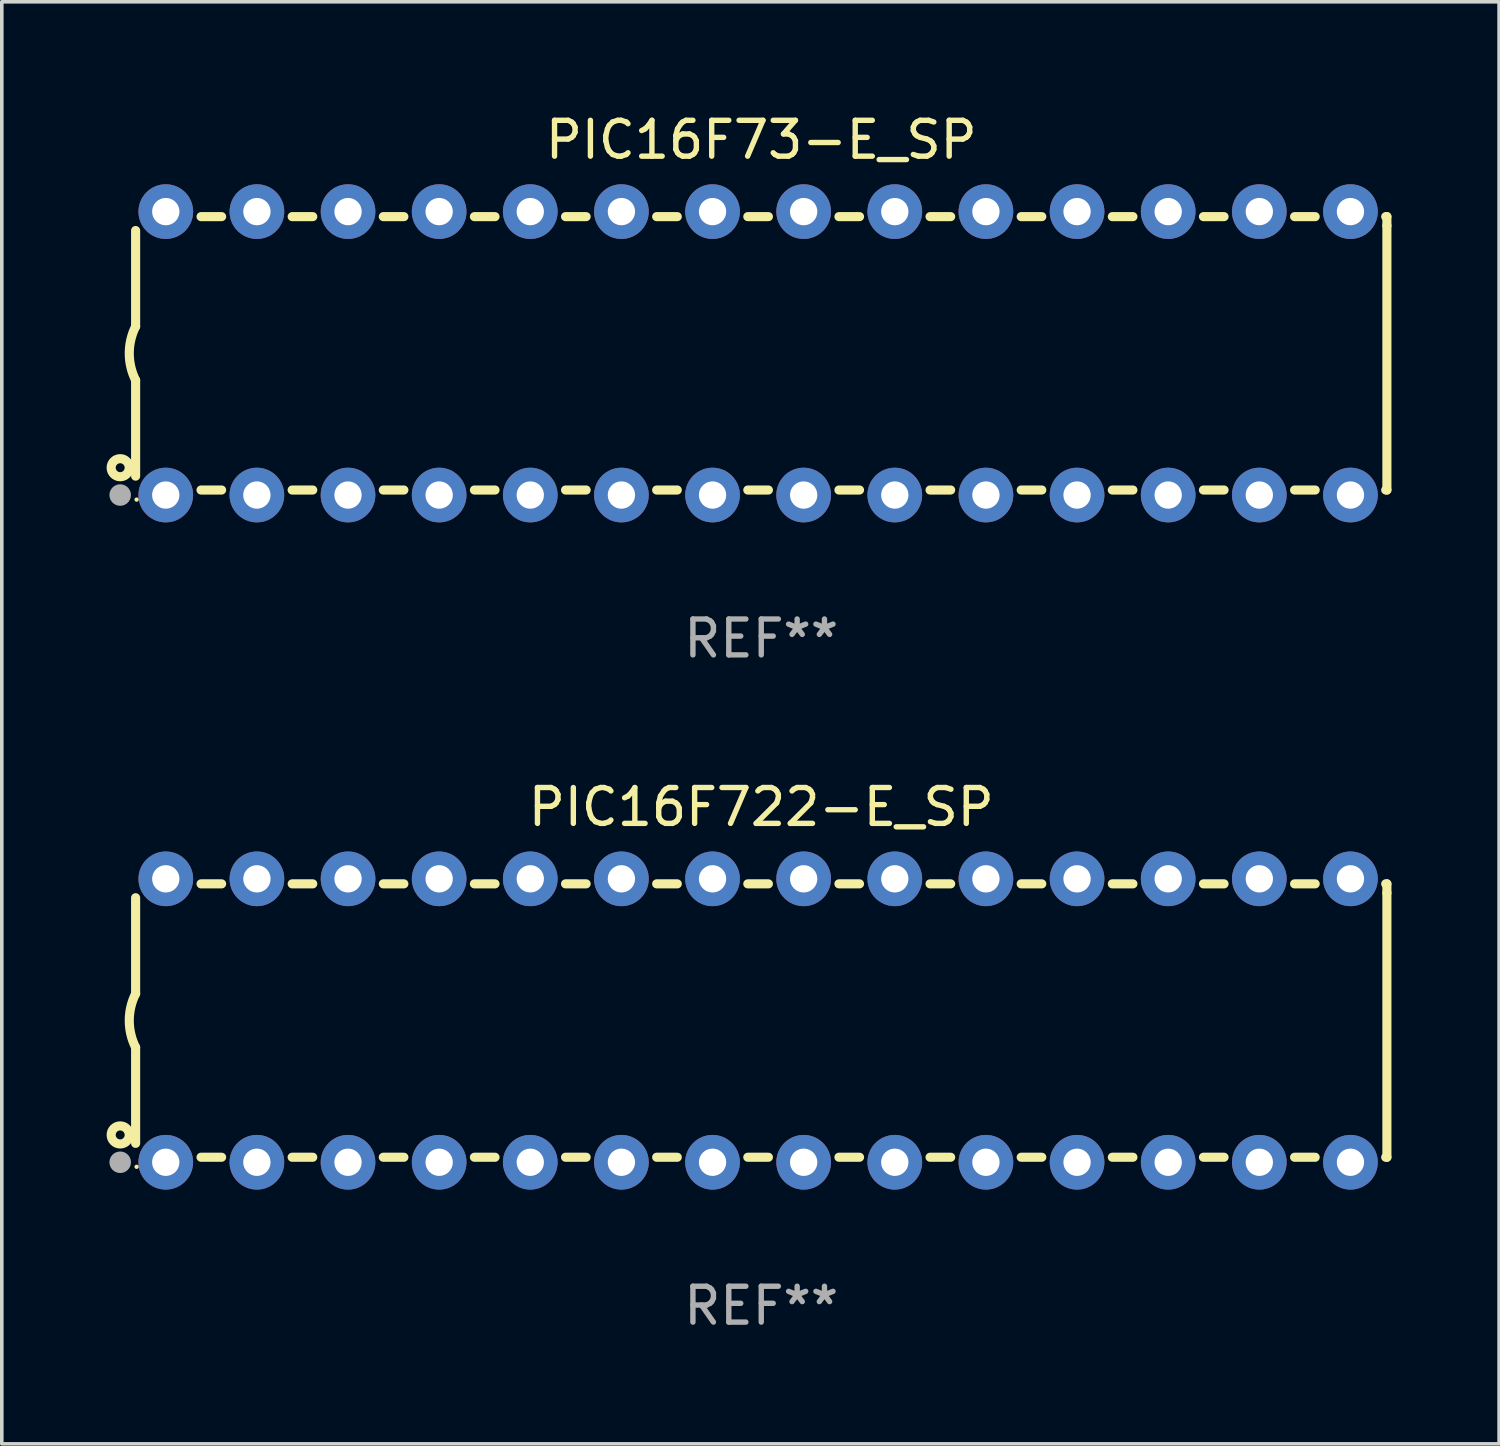
<source format=kicad_pcb>
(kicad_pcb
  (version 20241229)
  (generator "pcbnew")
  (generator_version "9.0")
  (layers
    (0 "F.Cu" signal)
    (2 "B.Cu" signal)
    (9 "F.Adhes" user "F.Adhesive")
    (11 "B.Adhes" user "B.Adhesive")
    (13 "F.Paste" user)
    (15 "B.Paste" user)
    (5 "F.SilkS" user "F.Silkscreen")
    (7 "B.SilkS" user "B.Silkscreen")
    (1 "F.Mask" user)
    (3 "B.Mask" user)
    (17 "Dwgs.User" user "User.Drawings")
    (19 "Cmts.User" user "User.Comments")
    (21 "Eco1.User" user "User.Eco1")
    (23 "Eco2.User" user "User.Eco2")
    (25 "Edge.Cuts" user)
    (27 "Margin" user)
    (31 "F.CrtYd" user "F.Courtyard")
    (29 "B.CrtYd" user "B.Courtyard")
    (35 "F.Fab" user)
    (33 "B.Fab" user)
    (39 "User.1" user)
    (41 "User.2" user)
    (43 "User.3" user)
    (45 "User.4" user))
  (footprint "PIC16F73-E_SP"
    (layer "F.Cu")
    (at 18.168 6.798)
    (property "Reference" "PIC16F73-E_SP" (at 0 -5.95 0) (layer "F.SilkS") (effects (font (size 1 1) (thickness 0.15))))
    (attr through_hole)
    (fp_line (start -17.438 0.75) (end -17.438 3.423) (stroke (width 0.254) (type solid)) (layer "F.SilkS"))
    (fp_line (start -17.438 -3.423) (end -17.438 -0.75) (stroke (width 0.254) (type solid)) (layer "F.SilkS"))
    (fp_line (start -15.615 3.81) (end -15.041 3.81) (stroke (width 0.254) (type solid)) (layer "F.SilkS"))
    (fp_line (start -15.041 -3.81) (end -15.614 -3.81) (stroke (width 0.254) (type solid)) (layer "F.SilkS"))
    (fp_line (start -13.075 3.81) (end -12.501 3.81) (stroke (width 0.254) (type solid)) (layer "F.SilkS"))
    (fp_line (start -12.501 -3.81) (end -13.074 -3.81) (stroke (width 0.254) (type solid)) (layer "F.SilkS"))
    (fp_line (start -10.535 3.81) (end -9.961 3.81) (stroke (width 0.254) (type solid)) (layer "F.SilkS"))
    (fp_line (start -9.961 -3.81) (end -10.534 -3.81) (stroke (width 0.254) (type solid)) (layer "F.SilkS"))
    (fp_line (start -7.995 3.81) (end -7.421 3.81) (stroke (width 0.254) (type solid)) (layer "F.SilkS"))
    (fp_line (start -7.421 -3.81) (end -7.995 -3.81) (stroke (width 0.254) (type solid)) (layer "F.SilkS"))
    (fp_line (start -5.455 3.81) (end -4.881 3.81) (stroke (width 0.254) (type solid)) (layer "F.SilkS"))
    (fp_line (start -4.881 -3.81) (end -5.455 -3.81) (stroke (width 0.254) (type solid)) (layer "F.SilkS"))
    (fp_line (start -2.915 3.81) (end -2.341 3.81) (stroke (width 0.254) (type solid)) (layer "F.SilkS"))
    (fp_line (start -2.341 -3.81) (end -2.915 -3.81) (stroke (width 0.254) (type solid)) (layer "F.SilkS"))
    (fp_line (start -0.375 3.81) (end 0.199 3.81) (stroke (width 0.254) (type solid)) (layer "F.SilkS"))
    (fp_line (start 0.199 -3.81) (end -0.375 -3.81) (stroke (width 0.254) (type solid)) (layer "F.SilkS"))
    (fp_line (start 2.165 3.81) (end 2.739 3.81) (stroke (width 0.254) (type solid)) (layer "F.SilkS"))
    (fp_line (start 2.739 -3.81) (end 2.165 -3.81) (stroke (width 0.254) (type solid)) (layer "F.SilkS"))
    (fp_line (start 4.705 3.81) (end 5.279 3.81) (stroke (width 0.254) (type solid)) (layer "F.SilkS"))
    (fp_line (start 5.279 -3.81) (end 4.705 -3.81) (stroke (width 0.254) (type solid)) (layer "F.SilkS"))
    (fp_line (start 7.245 3.81) (end 7.819 3.81) (stroke (width 0.254) (type solid)) (layer "F.SilkS"))
    (fp_line (start 7.819 -3.81) (end 7.245 -3.81) (stroke (width 0.254) (type solid)) (layer "F.SilkS"))
    (fp_line (start 9.785 3.81) (end 10.359 3.81) (stroke (width 0.254) (type solid)) (layer "F.SilkS"))
    (fp_line (start 10.359 -3.81) (end 9.785 -3.81) (stroke (width 0.254) (type solid)) (layer "F.SilkS"))
    (fp_line (start 12.325 3.81) (end 12.899 3.81) (stroke (width 0.254) (type solid)) (layer "F.SilkS"))
    (fp_line (start 12.899 -3.81) (end 12.325 -3.81) (stroke (width 0.254) (type solid)) (layer "F.SilkS"))
    (fp_line (start 14.865 3.81) (end 15.439 3.81) (stroke (width 0.254) (type solid)) (layer "F.SilkS"))
    (fp_line (start 15.439 -3.81) (end 14.865 -3.81) (stroke (width 0.254) (type solid)) (layer "F.SilkS"))
    (fp_line (start 17.405 3.81) (end 17.438 3.81) (stroke (width 0.254) (type solid)) (layer "F.SilkS"))
    (fp_line (start 17.438 -3.81) (end 17.405 -3.81) (stroke (width 0.254) (type solid)) (layer "F.SilkS"))
    (fp_line (start 17.438 -3.556) (end 17.438 -3.81) (stroke (width 0.254) (type solid)) (layer "F.SilkS"))
    (fp_line (start 17.438 3.81) (end 17.438 -3.556) (stroke (width 0.254) (type solid)) (layer "F.SilkS"))
    (fp_arc (start -17.437986 0.749657) (mid -17.614887 -0.000024) (end -17.437783 -0.749657) (stroke (width 0.254001) (type solid)) (layer "F.SilkS"))
    (fp_circle (center -17.868 3.188) (end -17.743 3.188) (stroke (width 0.254) (type solid)) (fill no) (layer "F.SilkS"))
    (fp_circle (center -17.411 4.077) (end -17.381 4.077) (stroke (width 0.06) (type solid)) (fill no) (layer "F.SilkS"))
    (fp_circle (center -17.868 3.95) (end -17.718 3.95) (stroke (width 0.3) (type solid)) (fill no) (layer "F.Fab"))
    (fp_text user "REF**" (at 0 7.95 0) (layer "F.Fab") (effects (font (size 1 1) (thickness 0.15))))
    (pad "1" thru_hole circle (at -16.598 3.95) (size 1.524 1.524) (drill 0.762) (layers "*.Cu" "*.Mask"))
    (pad "2" thru_hole circle (at -14.058 3.95) (size 1.524 1.524) (drill 0.762) (layers "*.Cu" "*.Mask"))
    (pad "3" thru_hole circle (at -11.518 3.95) (size 1.524 1.524) (drill 0.762) (layers "*.Cu" "*.Mask"))
    (pad "4" thru_hole circle (at -8.978 3.95) (size 1.524 1.524) (drill 0.762) (layers "*.Cu" "*.Mask"))
    (pad "5" thru_hole circle (at -6.438 3.95) (size 1.524 1.524) (drill 0.762) (layers "*.Cu" "*.Mask"))
    (pad "6" thru_hole circle (at -3.898 3.95) (size 1.524 1.524) (drill 0.762) (layers "*.Cu" "*.Mask"))
    (pad "7" thru_hole circle (at -1.358 3.95) (size 1.524 1.524) (drill 0.762) (layers "*.Cu" "*.Mask"))
    (pad "8" thru_hole circle (at 1.182 3.95) (size 1.524 1.524) (drill 0.762) (layers "*.Cu" "*.Mask"))
    (pad "9" thru_hole circle (at 3.722 3.95) (size 1.524 1.524) (drill 0.762) (layers "*.Cu" "*.Mask"))
    (pad "10" thru_hole circle (at 6.262 3.95) (size 1.524 1.524) (drill 0.762) (layers "*.Cu" "*.Mask"))
    (pad "11" thru_hole circle (at 8.802 3.95) (size 1.524 1.524) (drill 0.762) (layers "*.Cu" "*.Mask"))
    (pad "12" thru_hole circle (at 11.342 3.95) (size 1.524 1.524) (drill 0.762) (layers "*.Cu" "*.Mask"))
    (pad "13" thru_hole circle (at 13.882 3.95) (size 1.524 1.524) (drill 0.762) (layers "*.Cu" "*.Mask"))
    (pad "14" thru_hole circle (at 16.422 3.95) (size 1.524 1.524) (drill 0.762) (layers "*.Cu" "*.Mask"))
    (pad "15" thru_hole circle (at 16.422 -3.95) (size 1.524 1.524) (drill 0.762) (layers "*.Cu" "*.Mask"))
    (pad "16" thru_hole circle (at 13.882 -3.95) (size 1.524 1.524) (drill 0.762) (layers "*.Cu" "*.Mask"))
    (pad "17" thru_hole circle (at 11.342 -3.95) (size 1.524 1.524) (drill 0.762) (layers "*.Cu" "*.Mask"))
    (pad "18" thru_hole circle (at 8.802 -3.95) (size 1.524 1.524) (drill 0.762) (layers "*.Cu" "*.Mask"))
    (pad "19" thru_hole circle (at 6.262 -3.95) (size 1.524 1.524) (drill 0.762) (layers "*.Cu" "*.Mask"))
    (pad "20" thru_hole circle (at 3.722 -3.95) (size 1.524 1.524) (drill 0.762) (layers "*.Cu" "*.Mask"))
    (pad "21" thru_hole circle (at 1.182 -3.95) (size 1.524 1.524) (drill 0.762) (layers "*.Cu" "*.Mask"))
    (pad "22" thru_hole circle (at -1.358 -3.95) (size 1.524 1.524) (drill 0.762) (layers "*.Cu" "*.Mask"))
    (pad "23" thru_hole circle (at -3.898 -3.95) (size 1.524 1.524) (drill 0.762) (layers "*.Cu" "*.Mask"))
    (pad "24" thru_hole circle (at -6.438 -3.95) (size 1.524 1.524) (drill 0.762) (layers "*.Cu" "*.Mask"))
    (pad "25" thru_hole circle (at -8.978 -3.95) (size 1.524 1.524) (drill 0.762) (layers "*.Cu" "*.Mask"))
    (pad "26" thru_hole circle (at -11.517 -3.95) (size 1.524 1.524) (drill 0.762) (layers "*.Cu" "*.Mask"))
    (pad "27" thru_hole circle (at -14.057 -3.95) (size 1.524 1.524) (drill 0.762) (layers "*.Cu" "*.Mask"))
    (pad "28" thru_hole circle (at -16.597 -3.95) (size 1.524 1.524) (drill 0.762) (layers "*.Cu" "*.Mask")))
  (footprint "PIC16F722-E_SP"
    (layer "F.Cu")
    (at 18.168 25.395)
    (property "Reference" "PIC16F722-E_SP" (at 0 -5.95 0) (layer "F.SilkS") (effects (font (size 1 1) (thickness 0.15))))
    (attr through_hole)
    (fp_line (start -17.438 0.75) (end -17.438 3.423) (stroke (width 0.254) (type solid)) (layer "F.SilkS"))
    (fp_line (start -17.438 -3.423) (end -17.438 -0.75) (stroke (width 0.254) (type solid)) (layer "F.SilkS"))
    (fp_line (start -15.615 3.81) (end -15.041 3.81) (stroke (width 0.254) (type solid)) (layer "F.SilkS"))
    (fp_line (start -15.041 -3.81) (end -15.614 -3.81) (stroke (width 0.254) (type solid)) (layer "F.SilkS"))
    (fp_line (start -13.075 3.81) (end -12.501 3.81) (stroke (width 0.254) (type solid)) (layer "F.SilkS"))
    (fp_line (start -12.501 -3.81) (end -13.074 -3.81) (stroke (width 0.254) (type solid)) (layer "F.SilkS"))
    (fp_line (start -10.535 3.81) (end -9.961 3.81) (stroke (width 0.254) (type solid)) (layer "F.SilkS"))
    (fp_line (start -9.961 -3.81) (end -10.534 -3.81) (stroke (width 0.254) (type solid)) (layer "F.SilkS"))
    (fp_line (start -7.995 3.81) (end -7.421 3.81) (stroke (width 0.254) (type solid)) (layer "F.SilkS"))
    (fp_line (start -7.421 -3.81) (end -7.995 -3.81) (stroke (width 0.254) (type solid)) (layer "F.SilkS"))
    (fp_line (start -5.455 3.81) (end -4.881 3.81) (stroke (width 0.254) (type solid)) (layer "F.SilkS"))
    (fp_line (start -4.881 -3.81) (end -5.455 -3.81) (stroke (width 0.254) (type solid)) (layer "F.SilkS"))
    (fp_line (start -2.915 3.81) (end -2.341 3.81) (stroke (width 0.254) (type solid)) (layer "F.SilkS"))
    (fp_line (start -2.341 -3.81) (end -2.915 -3.81) (stroke (width 0.254) (type solid)) (layer "F.SilkS"))
    (fp_line (start -0.375 3.81) (end 0.199 3.81) (stroke (width 0.254) (type solid)) (layer "F.SilkS"))
    (fp_line (start 0.199 -3.81) (end -0.375 -3.81) (stroke (width 0.254) (type solid)) (layer "F.SilkS"))
    (fp_line (start 2.165 3.81) (end 2.739 3.81) (stroke (width 0.254) (type solid)) (layer "F.SilkS"))
    (fp_line (start 2.739 -3.81) (end 2.165 -3.81) (stroke (width 0.254) (type solid)) (layer "F.SilkS"))
    (fp_line (start 4.705 3.81) (end 5.279 3.81) (stroke (width 0.254) (type solid)) (layer "F.SilkS"))
    (fp_line (start 5.279 -3.81) (end 4.705 -3.81) (stroke (width 0.254) (type solid)) (layer "F.SilkS"))
    (fp_line (start 7.245 3.81) (end 7.819 3.81) (stroke (width 0.254) (type solid)) (layer "F.SilkS"))
    (fp_line (start 7.819 -3.81) (end 7.245 -3.81) (stroke (width 0.254) (type solid)) (layer "F.SilkS"))
    (fp_line (start 9.785 3.81) (end 10.359 3.81) (stroke (width 0.254) (type solid)) (layer "F.SilkS"))
    (fp_line (start 10.359 -3.81) (end 9.785 -3.81) (stroke (width 0.254) (type solid)) (layer "F.SilkS"))
    (fp_line (start 12.325 3.81) (end 12.899 3.81) (stroke (width 0.254) (type solid)) (layer "F.SilkS"))
    (fp_line (start 12.899 -3.81) (end 12.325 -3.81) (stroke (width 0.254) (type solid)) (layer "F.SilkS"))
    (fp_line (start 14.865 3.81) (end 15.439 3.81) (stroke (width 0.254) (type solid)) (layer "F.SilkS"))
    (fp_line (start 15.439 -3.81) (end 14.865 -3.81) (stroke (width 0.254) (type solid)) (layer "F.SilkS"))
    (fp_line (start 17.405 3.81) (end 17.438 3.81) (stroke (width 0.254) (type solid)) (layer "F.SilkS"))
    (fp_line (start 17.438 -3.81) (end 17.405 -3.81) (stroke (width 0.254) (type solid)) (layer "F.SilkS"))
    (fp_line (start 17.438 -3.556) (end 17.438 -3.81) (stroke (width 0.254) (type solid)) (layer "F.SilkS"))
    (fp_line (start 17.438 3.81) (end 17.438 -3.556) (stroke (width 0.254) (type solid)) (layer "F.SilkS"))
    (fp_arc (start -17.437986 0.749657) (mid -17.614887 -0.000024) (end -17.437783 -0.749657) (stroke (width 0.254001) (type solid)) (layer "F.SilkS"))
    (fp_circle (center -17.868 3.188) (end -17.743 3.188) (stroke (width 0.254) (type solid)) (fill no) (layer "F.SilkS"))
    (fp_circle (center -17.411 4.077) (end -17.381 4.077) (stroke (width 0.06) (type solid)) (fill no) (layer "F.SilkS"))
    (fp_circle (center -17.868 3.95) (end -17.718 3.95) (stroke (width 0.3) (type solid)) (fill no) (layer "F.Fab"))
    (fp_text user "REF**" (at 0 7.95 0) (layer "F.Fab") (effects (font (size 1 1) (thickness 0.15))))
    (pad "1" thru_hole circle (at -16.598 3.95) (size 1.524 1.524) (drill 0.762) (layers "*.Cu" "*.Mask"))
    (pad "2" thru_hole circle (at -14.058 3.95) (size 1.524 1.524) (drill 0.762) (layers "*.Cu" "*.Mask"))
    (pad "3" thru_hole circle (at -11.518 3.95) (size 1.524 1.524) (drill 0.762) (layers "*.Cu" "*.Mask"))
    (pad "4" thru_hole circle (at -8.978 3.95) (size 1.524 1.524) (drill 0.762) (layers "*.Cu" "*.Mask"))
    (pad "5" thru_hole circle (at -6.438 3.95) (size 1.524 1.524) (drill 0.762) (layers "*.Cu" "*.Mask"))
    (pad "6" thru_hole circle (at -3.898 3.95) (size 1.524 1.524) (drill 0.762) (layers "*.Cu" "*.Mask"))
    (pad "7" thru_hole circle (at -1.358 3.95) (size 1.524 1.524) (drill 0.762) (layers "*.Cu" "*.Mask"))
    (pad "8" thru_hole circle (at 1.182 3.95) (size 1.524 1.524) (drill 0.762) (layers "*.Cu" "*.Mask"))
    (pad "9" thru_hole circle (at 3.722 3.95) (size 1.524 1.524) (drill 0.762) (layers "*.Cu" "*.Mask"))
    (pad "10" thru_hole circle (at 6.262 3.95) (size 1.524 1.524) (drill 0.762) (layers "*.Cu" "*.Mask"))
    (pad "11" thru_hole circle (at 8.802 3.95) (size 1.524 1.524) (drill 0.762) (layers "*.Cu" "*.Mask"))
    (pad "12" thru_hole circle (at 11.342 3.95) (size 1.524 1.524) (drill 0.762) (layers "*.Cu" "*.Mask"))
    (pad "13" thru_hole circle (at 13.882 3.95) (size 1.524 1.524) (drill 0.762) (layers "*.Cu" "*.Mask"))
    (pad "14" thru_hole circle (at 16.422 3.95) (size 1.524 1.524) (drill 0.762) (layers "*.Cu" "*.Mask"))
    (pad "15" thru_hole circle (at 16.422 -3.95) (size 1.524 1.524) (drill 0.762) (layers "*.Cu" "*.Mask"))
    (pad "16" thru_hole circle (at 13.882 -3.95) (size 1.524 1.524) (drill 0.762) (layers "*.Cu" "*.Mask"))
    (pad "17" thru_hole circle (at 11.342 -3.95) (size 1.524 1.524) (drill 0.762) (layers "*.Cu" "*.Mask"))
    (pad "18" thru_hole circle (at 8.802 -3.95) (size 1.524 1.524) (drill 0.762) (layers "*.Cu" "*.Mask"))
    (pad "19" thru_hole circle (at 6.262 -3.95) (size 1.524 1.524) (drill 0.762) (layers "*.Cu" "*.Mask"))
    (pad "20" thru_hole circle (at 3.722 -3.95) (size 1.524 1.524) (drill 0.762) (layers "*.Cu" "*.Mask"))
    (pad "21" thru_hole circle (at 1.182 -3.95) (size 1.524 1.524) (drill 0.762) (layers "*.Cu" "*.Mask"))
    (pad "22" thru_hole circle (at -1.358 -3.95) (size 1.524 1.524) (drill 0.762) (layers "*.Cu" "*.Mask"))
    (pad "23" thru_hole circle (at -3.898 -3.95) (size 1.524 1.524) (drill 0.762) (layers "*.Cu" "*.Mask"))
    (pad "24" thru_hole circle (at -6.438 -3.95) (size 1.524 1.524) (drill 0.762) (layers "*.Cu" "*.Mask"))
    (pad "25" thru_hole circle (at -8.978 -3.95) (size 1.524 1.524) (drill 0.762) (layers "*.Cu" "*.Mask"))
    (pad "26" thru_hole circle (at -11.517 -3.95) (size 1.524 1.524) (drill 0.762) (layers "*.Cu" "*.Mask"))
    (pad "27" thru_hole circle (at -14.057 -3.95) (size 1.524 1.524) (drill 0.762) (layers "*.Cu" "*.Mask"))
    (pad "28" thru_hole circle (at -16.597 -3.95) (size 1.524 1.524) (drill 0.762) (layers "*.Cu" "*.Mask")))
  (gr_rect
    (start -3 -3)
    (end 38.733 37.193)
    (stroke (width 0.1) (type default))
    (fill no)
    (layer "Edge.Cuts")))
</source>
